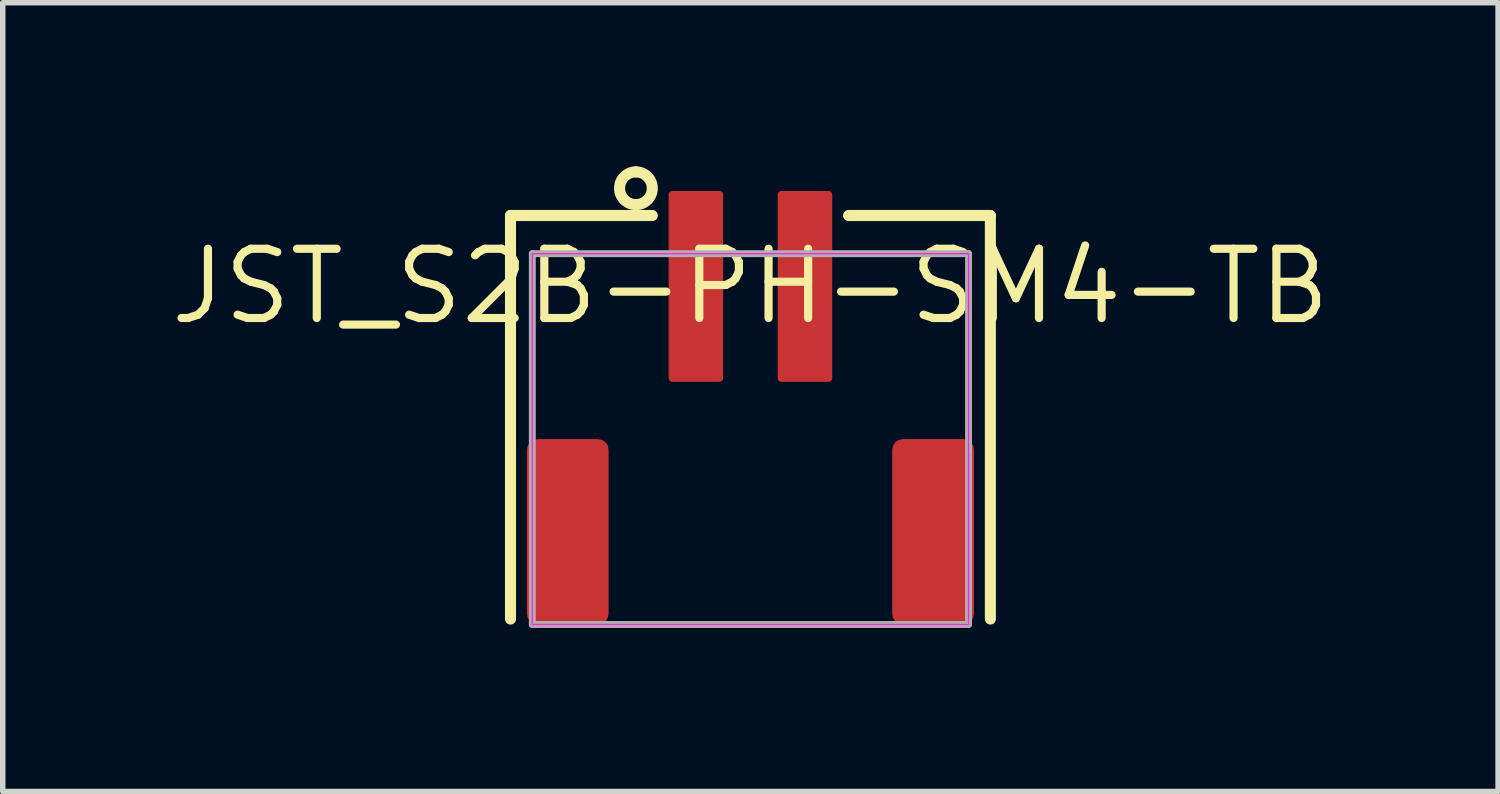
<source format=kicad_pcb>
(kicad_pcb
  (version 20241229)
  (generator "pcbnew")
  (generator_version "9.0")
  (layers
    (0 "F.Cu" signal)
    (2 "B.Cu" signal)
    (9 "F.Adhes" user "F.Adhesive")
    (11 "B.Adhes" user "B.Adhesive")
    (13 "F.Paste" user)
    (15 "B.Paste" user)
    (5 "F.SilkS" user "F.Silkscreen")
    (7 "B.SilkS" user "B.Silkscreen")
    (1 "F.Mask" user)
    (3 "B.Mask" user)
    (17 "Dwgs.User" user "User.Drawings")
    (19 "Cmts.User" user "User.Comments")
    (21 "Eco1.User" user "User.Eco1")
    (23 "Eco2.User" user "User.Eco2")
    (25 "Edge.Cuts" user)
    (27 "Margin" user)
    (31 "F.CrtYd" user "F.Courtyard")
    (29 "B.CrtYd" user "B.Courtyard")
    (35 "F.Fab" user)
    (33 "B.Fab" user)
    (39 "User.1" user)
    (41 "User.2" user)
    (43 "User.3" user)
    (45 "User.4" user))
  (footprint "JST_S2B-PH-SM4-TB"
    (layer "F.Cu")
    (at 10.712 2.202)
    (property "Reference" "JST_S2B-PH-SM4-TB" (at 0 0 0) (layer "F.SilkS") (effects (font (size 1.27 1.27) (thickness 0.15))))
    (fp_line (start -4.4 -1.3) (end -1.8 -1.3) (stroke (width 0.203) (type solid)) (layer "F.SilkS"))
    (fp_line (start -4.4 6.1) (end -4.4 -1.3) (stroke (width 0.203) (type solid)) (layer "F.SilkS"))
    (fp_line (start 1.8 -1.3) (end 4.4 -1.3) (stroke (width 0.203) (type solid)) (layer "F.SilkS"))
    (fp_line (start 4.4 -1.3) (end 4.4 6.1) (stroke (width 0.203) (type solid)) (layer "F.SilkS"))
    (fp_arc (start -2.1 -2.1) (mid -1.8 -1.8) (end -2.1 -1.5) (stroke (width 0.2032) (type solid)) (layer "F.SilkS"))
    (fp_arc (start -2.1 -1.5) (mid -2.4 -1.8) (end -2.1 -2.1) (stroke (width 0.2032) (type solid)) (layer "F.SilkS"))
    (fp_line (start -4 -0.6) (end -4 6.2) (stroke (width 0.025) (type solid)) (layer "F.CrtYd"))
    (fp_line (start -4 6.2) (end 4 6.2) (stroke (width 0.025) (type solid)) (layer "F.CrtYd"))
    (fp_line (start 4 -0.6) (end -4 -0.6) (stroke (width 0.025) (type solid)) (layer "F.CrtYd"))
    (fp_line (start 4 6.2) (end 4 -0.6) (stroke (width 0.025) (type solid)) (layer "F.CrtYd"))
    (fp_line (start -4 -0.6) (end -4 6.2) (stroke (width 0.127) (type solid)) (layer "F.Fab"))
    (fp_line (start -4 6.2) (end 4 6.2) (stroke (width 0.127) (type solid)) (layer "F.Fab"))
    (fp_line (start 4 -0.6) (end -4 -0.6) (stroke (width 0.127) (type solid)) (layer "F.Fab"))
    (fp_line (start 4 6.2) (end 4 -0.6) (stroke (width 0.127) (type solid)) (layer "F.Fab"))
    (pad "1" smd roundrect (at -1 0 90) (size 3.5 1) (layers "F.Cu" "F.Mask" "F.Paste") (roundrect_rratio 0.066))
    (pad "2" smd roundrect (at 1 0 90) (size 3.5 1) (layers "F.Cu" "F.Mask" "F.Paste") (roundrect_rratio 0.066))
    (pad "3" smd roundrect (at -3.35 4.5 90) (size 3.4 1.5) (layers "F.Cu" "F.Mask" "F.Paste") (roundrect_rratio 0.131))
    (pad "4" smd roundrect (at 3.35 4.5 90) (size 3.4 1.5) (layers "F.Cu" "F.Mask" "F.Paste") (roundrect_rratio 0.131)))
  (gr_rect
    (start -3 -3)
    (end 24.423 11.465)
    (stroke (width 0.1) (type default))
    (fill no)
    (layer "Edge.Cuts")))
</source>
